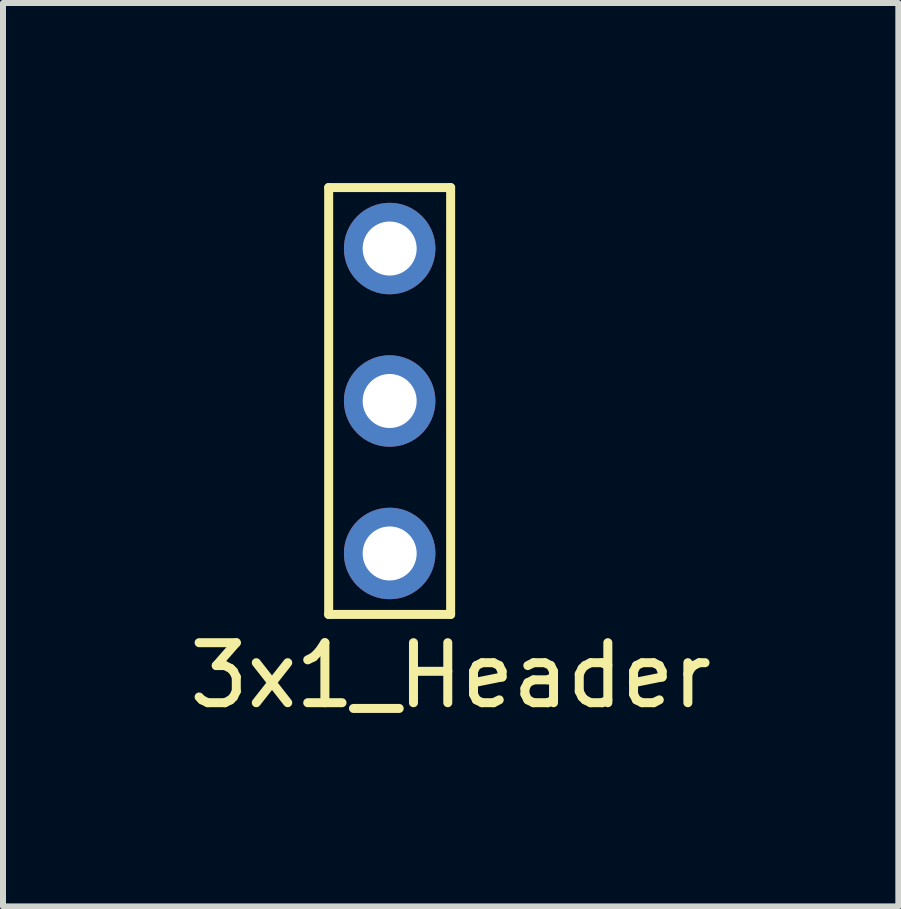
<source format=kicad_pcb>
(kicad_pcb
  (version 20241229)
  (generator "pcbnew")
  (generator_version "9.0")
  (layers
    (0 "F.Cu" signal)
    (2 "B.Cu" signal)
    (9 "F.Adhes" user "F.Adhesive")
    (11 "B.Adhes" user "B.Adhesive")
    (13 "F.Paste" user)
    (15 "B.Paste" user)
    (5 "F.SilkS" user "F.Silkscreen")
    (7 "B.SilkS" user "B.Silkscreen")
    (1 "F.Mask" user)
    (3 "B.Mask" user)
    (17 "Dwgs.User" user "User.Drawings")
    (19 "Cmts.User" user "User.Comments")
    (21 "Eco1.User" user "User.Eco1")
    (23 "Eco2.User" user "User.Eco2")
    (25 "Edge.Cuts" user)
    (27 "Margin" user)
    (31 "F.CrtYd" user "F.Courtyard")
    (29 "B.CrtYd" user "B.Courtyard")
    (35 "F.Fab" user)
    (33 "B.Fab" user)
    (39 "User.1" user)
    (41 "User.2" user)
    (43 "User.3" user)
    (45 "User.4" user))
  (footprint "3x1_Header"
    (layer "F.Cu")
    (at 2.934 4.647)
    (property "Reference" "3x1_Header" (at 1.524 3.556 0) (layer "F.SilkS") (effects (font (size 1 1) (thickness 0.15))))
    (attr through_hole)
    (fp_line (start -0.508 -4.572) (end 1.524 -4.572) (stroke (width 0.15) (type solid)) (layer "F.SilkS"))
    (fp_line (start -0.508 2.54) (end -0.508 -4.572) (stroke (width 0.15) (type solid)) (layer "F.SilkS"))
    (fp_line (start 1.524 -4.572) (end 1.524 2.54) (stroke (width 0.15) (type solid)) (layer "F.SilkS"))
    (fp_line (start 1.524 2.54) (end -0.508 2.54) (stroke (width 0.15) (type solid)) (layer "F.SilkS"))
    (pad "1" thru_hole circle (at 0.508 -3.556) (size 1.524 1.524) (drill 0.9) (layers "*.Cu" "*.Mask"))
    (pad "2" thru_hole circle (at 0.508 -1.016) (size 1.524 1.524) (drill 0.9) (layers "*.Cu" "*.Mask"))
    (pad "3" thru_hole circle (at 0.508 1.524) (size 1.524 1.524) (drill 0.9) (layers "*.Cu" "*.Mask")))
  (gr_rect
    (start -3 -3)
    (end 11.917 12.051)
    (stroke (width 0.1) (type default))
    (fill no)
    (layer "Edge.Cuts")))
</source>
